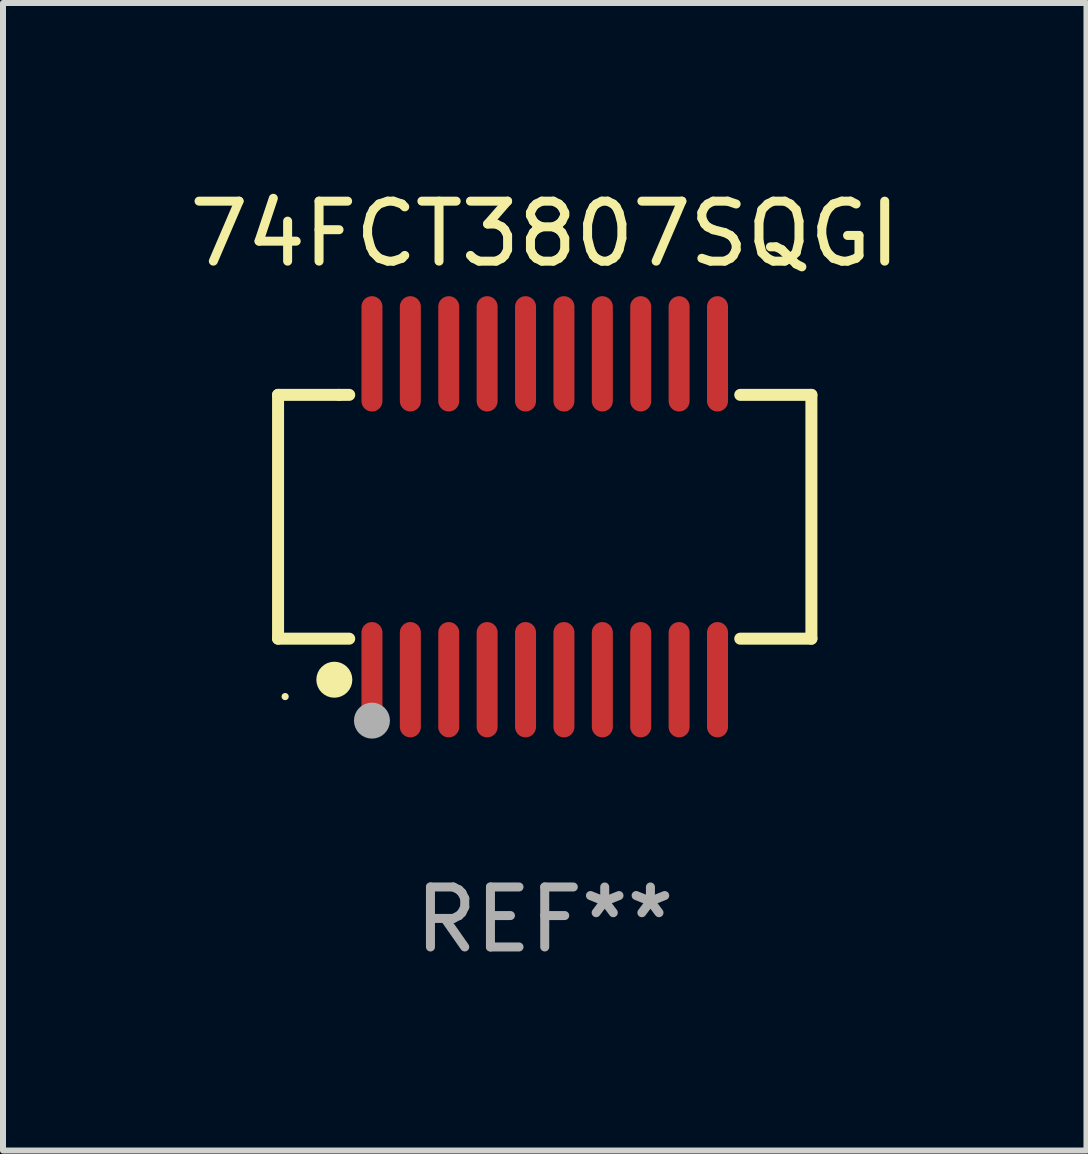
<source format=kicad_pcb>
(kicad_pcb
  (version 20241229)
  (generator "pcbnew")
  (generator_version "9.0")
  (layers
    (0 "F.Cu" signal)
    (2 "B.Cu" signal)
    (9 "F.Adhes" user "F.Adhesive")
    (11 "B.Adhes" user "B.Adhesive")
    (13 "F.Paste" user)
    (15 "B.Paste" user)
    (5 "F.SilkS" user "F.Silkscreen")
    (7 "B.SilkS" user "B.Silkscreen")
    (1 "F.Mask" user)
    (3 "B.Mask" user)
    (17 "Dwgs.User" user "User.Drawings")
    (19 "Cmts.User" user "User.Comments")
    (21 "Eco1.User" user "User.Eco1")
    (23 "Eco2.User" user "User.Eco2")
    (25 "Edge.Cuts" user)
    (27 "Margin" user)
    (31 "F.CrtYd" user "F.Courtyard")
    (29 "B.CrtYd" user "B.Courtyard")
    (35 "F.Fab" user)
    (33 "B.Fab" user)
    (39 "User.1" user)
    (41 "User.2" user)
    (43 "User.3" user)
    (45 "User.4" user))
  (footprint "74FCT3807SQGI"
    (layer "F.Cu")
    (at 6.03 5.564)
    (property "Reference" "74FCT3807SQGI" (at 0 -4.716 0) (layer "F.SilkS") (effects (font (size 1 1) (thickness 0.15))))
    (attr through_hole)
    (fp_line (start -4.445 -2.032) (end -4.445 2.032) (stroke (width 0.2) (type solid)) (layer "F.SilkS"))
    (fp_line (start -4.445 2.032) (end -3.259 2.032) (stroke (width 0.2) (type solid)) (layer "F.SilkS"))
    (fp_line (start -3.429 -2.032) (end -4.445 -2.032) (stroke (width 0.2) (type solid)) (layer "F.SilkS"))
    (fp_line (start -3.259 -2.032) (end -3.429 -2.032) (stroke (width 0.2) (type solid)) (layer "F.SilkS"))
    (fp_line (start 3.259 2.032) (end 4.445 2.032) (stroke (width 0.2) (type solid)) (layer "F.SilkS"))
    (fp_line (start 4.445 -2.032) (end 3.259 -2.032) (stroke (width 0.2) (type solid)) (layer "F.SilkS"))
    (fp_line (start 4.445 2.032) (end 4.445 -2.032) (stroke (width 0.2) (type solid)) (layer "F.SilkS"))
    (fp_circle (center -4.327 2.997) (end -4.297 2.997) (stroke (width 0.06) (type solid)) (fill no) (layer "F.SilkS"))
    (fp_circle (center -3.507 2.716) (end -3.357 2.716) (stroke (width 0.3) (type solid)) (fill no) (layer "F.SilkS"))
    (fp_circle (center -2.88 3.398) (end -2.73 3.398) (stroke (width 0.3) (type solid)) (fill no) (layer "F.Fab"))
    (fp_text user "REF**" (at 0 6.716 0) (layer "F.Fab") (effects (font (size 1 1) (thickness 0.15))))
    (pad "1" smd oval (at -2.88 2.716) (size 0.35 1.922) (layers "F.Cu" "F.Mask" "F.Paste"))
    (pad "2" smd oval (at -2.24 2.716) (size 0.35 1.922) (layers "F.Cu" "F.Mask" "F.Paste"))
    (pad "3" smd oval (at -1.6 2.716) (size 0.35 1.922) (layers "F.Cu" "F.Mask" "F.Paste"))
    (pad "4" smd oval (at -0.96 2.716) (size 0.35 1.922) (layers "F.Cu" "F.Mask" "F.Paste"))
    (pad "5" smd oval (at -0.32 2.716) (size 0.35 1.922) (layers "F.Cu" "F.Mask" "F.Paste"))
    (pad "6" smd oval (at 0.32 2.716) (size 0.35 1.922) (layers "F.Cu" "F.Mask" "F.Paste"))
    (pad "7" smd oval (at 0.96 2.716) (size 0.35 1.922) (layers "F.Cu" "F.Mask" "F.Paste"))
    (pad "8" smd oval (at 1.6 2.716) (size 0.35 1.922) (layers "F.Cu" "F.Mask" "F.Paste"))
    (pad "9" smd oval (at 2.24 2.716) (size 0.35 1.922) (layers "F.Cu" "F.Mask" "F.Paste"))
    (pad "10" smd oval (at 2.88 2.716) (size 0.35 1.922) (layers "F.Cu" "F.Mask" "F.Paste"))
    (pad "11" smd oval (at 2.88 -2.716) (size 0.35 1.922) (layers "F.Cu" "F.Mask" "F.Paste"))
    (pad "12" smd oval (at 2.24 -2.716) (size 0.35 1.922) (layers "F.Cu" "F.Mask" "F.Paste"))
    (pad "13" smd oval (at 1.6 -2.716) (size 0.35 1.922) (layers "F.Cu" "F.Mask" "F.Paste"))
    (pad "14" smd oval (at 0.96 -2.716) (size 0.35 1.922) (layers "F.Cu" "F.Mask" "F.Paste"))
    (pad "15" smd oval (at 0.32 -2.716) (size 0.35 1.922) (layers "F.Cu" "F.Mask" "F.Paste"))
    (pad "16" smd oval (at -0.32 -2.716) (size 0.35 1.922) (layers "F.Cu" "F.Mask" "F.Paste"))
    (pad "17" smd oval (at -0.96 -2.716) (size 0.35 1.922) (layers "F.Cu" "F.Mask" "F.Paste"))
    (pad "18" smd oval (at -1.6 -2.716) (size 0.35 1.922) (layers "F.Cu" "F.Mask" "F.Paste"))
    (pad "19" smd oval (at -2.24 -2.716) (size 0.35 1.922) (layers "F.Cu" "F.Mask" "F.Paste"))
    (pad "20" smd oval (at -2.88 -2.716) (size 0.35 1.922) (layers "F.Cu" "F.Mask" "F.Paste")))
  (gr_rect
    (start -3 -3)
    (end 15.06 16.128)
    (stroke (width 0.1) (type default))
    (fill no)
    (layer "Edge.Cuts")))
</source>
